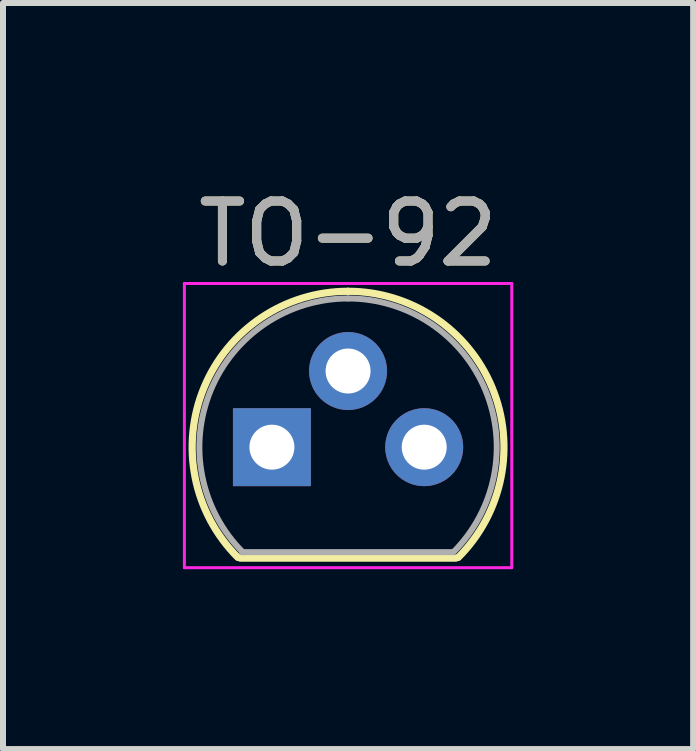
<source format=kicad_pcb>
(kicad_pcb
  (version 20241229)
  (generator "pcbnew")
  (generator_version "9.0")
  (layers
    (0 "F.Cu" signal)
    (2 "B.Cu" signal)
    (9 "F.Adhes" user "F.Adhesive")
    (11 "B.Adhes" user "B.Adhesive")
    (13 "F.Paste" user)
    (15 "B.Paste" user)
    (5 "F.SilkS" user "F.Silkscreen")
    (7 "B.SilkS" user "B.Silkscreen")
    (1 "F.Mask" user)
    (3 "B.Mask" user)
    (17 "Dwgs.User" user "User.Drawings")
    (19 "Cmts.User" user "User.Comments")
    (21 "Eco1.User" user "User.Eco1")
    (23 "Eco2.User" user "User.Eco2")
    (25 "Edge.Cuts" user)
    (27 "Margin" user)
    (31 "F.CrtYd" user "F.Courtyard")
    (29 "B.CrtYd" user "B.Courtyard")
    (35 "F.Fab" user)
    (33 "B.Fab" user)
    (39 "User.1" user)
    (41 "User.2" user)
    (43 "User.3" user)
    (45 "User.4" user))
  (footprint "TO-92"
    (layer "F.Cu")
    (at 1.485 4.408)
    (property "Reference" "TO-92" (at 1.27 -3.56 0) (layer "F.SilkS") (effects (font (size 1 1) (thickness 0.15))))
    (attr through_hole)
    (fp_line (start -0.53 1.85) (end 3.07 1.85) (stroke (width 0.12) (type solid)) (layer "F.SilkS"))
    (fp_arc (start -0.568478 1.838478) (mid -1.132087 -0.994977) (end 1.27 -2.6) (stroke (width 0.12) (type solid)) (layer "F.SilkS"))
    (fp_arc (start 1.27 -2.6) (mid 3.672087 -0.994977) (end 3.108478 1.838478) (stroke (width 0.12) (type solid)) (layer "F.SilkS"))
    (fp_line (start -1.46 -2.73) (end -1.46 2.01) (stroke (width 0.05) (type solid)) (layer "F.CrtYd"))
    (fp_line (start -1.46 -2.73) (end 4 -2.73) (stroke (width 0.05) (type solid)) (layer "F.CrtYd"))
    (fp_line (start 4 2.01) (end -1.46 2.01) (stroke (width 0.05) (type solid)) (layer "F.CrtYd"))
    (fp_line (start 4 2.01) (end 4 -2.73) (stroke (width 0.05) (type solid)) (layer "F.CrtYd"))
    (fp_line (start -0.5 1.75) (end 3 1.75) (stroke (width 0.1) (type solid)) (layer "F.Fab"))
    (fp_arc (start -0.483625 1.753625) (mid -1.021221 -0.949055) (end 1.27 -2.48) (stroke (width 0.1) (type solid)) (layer "F.Fab"))
    (fp_arc (start 1.27 -2.48) (mid 3.561221 -0.949055) (end 3.023625 1.753625) (stroke (width 0.1) (type solid)) (layer "F.Fab"))
    (fp_text user "${REFERENCE}" (at 1.27 -3.56 0) (layer "F.Fab") (effects (font (size 1 1) (thickness 0.15))))
    (pad "1" thru_hole circle (at 1.27 -1.27 90) (size 1.3 1.3) (drill 0.75) (layers "*.Cu" "*.Mask"))
    (pad "2" thru_hole rect (at 0 0 90) (size 1.3 1.3) (drill 0.75) (layers "*.Cu" "*.Mask"))
    (pad "3" thru_hole circle (at 2.54 0 90) (size 1.3 1.3) (drill 0.75) (layers "*.Cu" "*.Mask")))
  (gr_rect
    (start -3 -3)
    (end 8.51 9.443)
    (stroke (width 0.1) (type default))
    (fill no)
    (layer "Edge.Cuts")))
</source>
